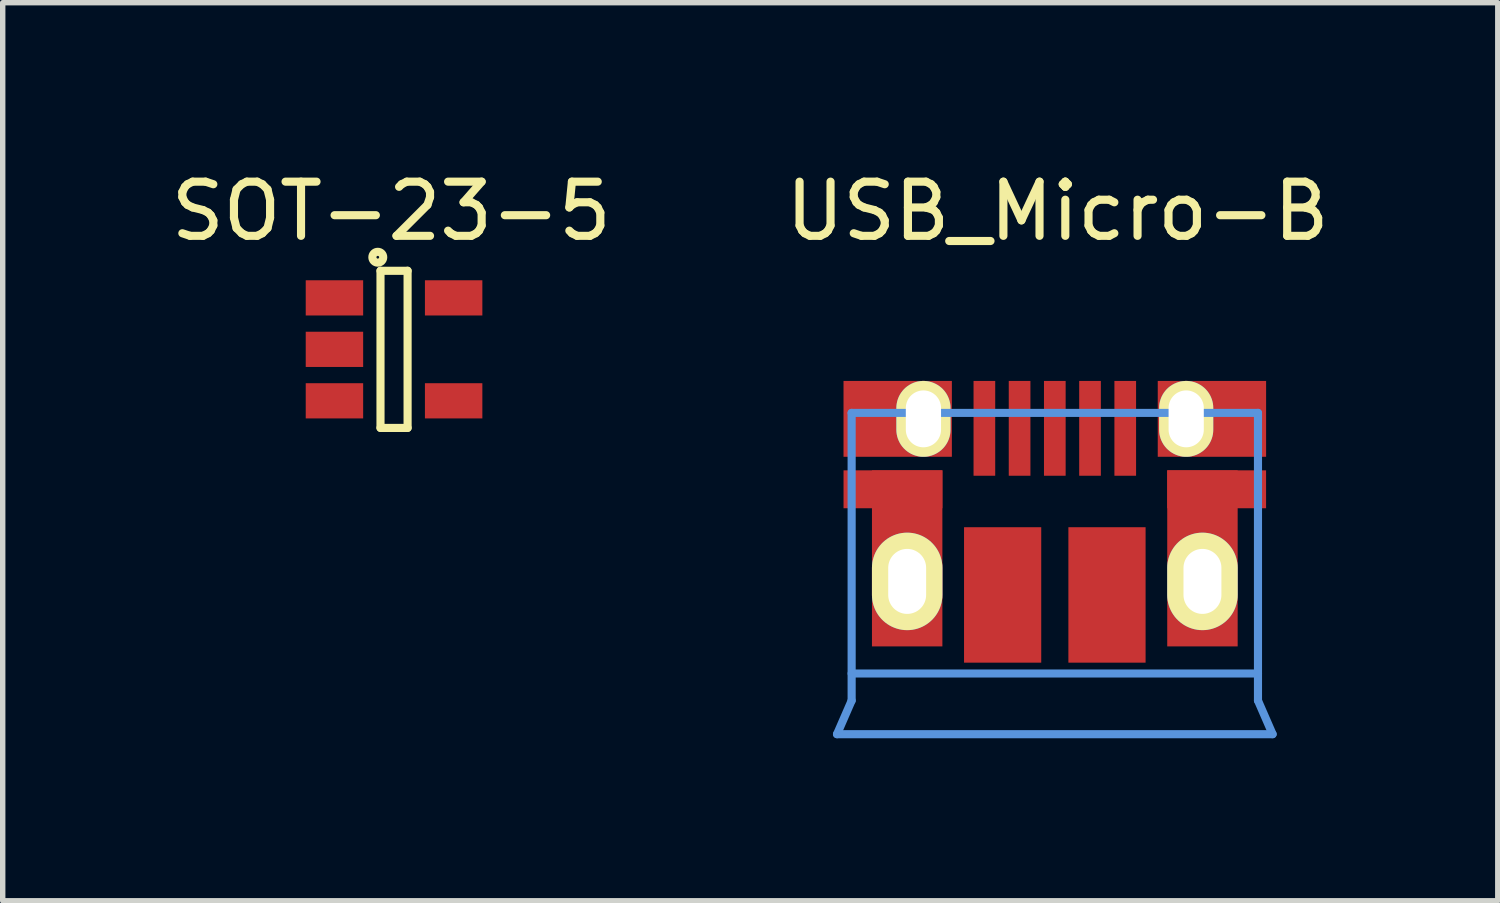
<source format=kicad_pcb>
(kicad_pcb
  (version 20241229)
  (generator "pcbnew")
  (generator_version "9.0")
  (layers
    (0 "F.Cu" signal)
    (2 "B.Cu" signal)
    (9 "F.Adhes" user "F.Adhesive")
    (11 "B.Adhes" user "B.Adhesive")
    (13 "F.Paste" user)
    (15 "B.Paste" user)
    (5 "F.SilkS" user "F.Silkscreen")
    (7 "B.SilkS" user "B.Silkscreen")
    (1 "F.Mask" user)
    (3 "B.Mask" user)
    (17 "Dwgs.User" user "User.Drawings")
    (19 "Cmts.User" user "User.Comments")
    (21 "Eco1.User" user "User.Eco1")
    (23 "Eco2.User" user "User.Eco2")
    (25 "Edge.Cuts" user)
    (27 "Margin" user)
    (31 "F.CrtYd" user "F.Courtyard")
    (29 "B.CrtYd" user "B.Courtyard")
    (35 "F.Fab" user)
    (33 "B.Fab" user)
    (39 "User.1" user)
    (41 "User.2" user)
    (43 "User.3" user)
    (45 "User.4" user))
  (footprint "USB_Micro-B"
    (layer "F.Cu")
    (at 16.419 7.681)
    (property "Reference" "USB_Micro-B" (at 0.051 -6.833 0) (layer "F.SilkS") (effects (font (size 1 1) (thickness 0.15))))
    (attr smd)
    (fp_line (start -4.02 2.82) (end 4.02 2.82) (stroke (width 0.15) (type solid)) (layer "Cmts.User"))
    (fp_line (start -3.75 -3.11) (end 3.75 -3.11) (stroke (width 0.15) (type solid)) (layer "Cmts.User"))
    (fp_line (start -3.75 1.7) (end 3.75 1.7) (stroke (width 0.15) (type solid)) (layer "Cmts.User"))
    (fp_line (start -3.75 2.2) (end -4.02 2.82) (stroke (width 0.15) (type solid)) (layer "Cmts.User"))
    (fp_line (start -3.75 2.2) (end -3.75 -3.11) (stroke (width 0.15) (type solid)) (layer "Cmts.User"))
    (fp_line (start 3.75 -3.11) (end 3.75 2.2) (stroke (width 0.15) (type solid)) (layer "Cmts.User"))
    (fp_line (start 3.75 2.2) (end 4.02 2.82) (stroke (width 0.15) (type solid)) (layer "Cmts.User"))
    (pad "1" smd rect (at -1.3 -2.825 90) (size 1.75 0.4) (layers "F.Cu" "F.Mask" "F.Paste"))
    (pad "2" smd rect (at -0.65 -2.825 90) (size 1.75 0.4) (layers "F.Cu" "F.Mask" "F.Paste"))
    (pad "3" smd rect (at 0 -2.825 90) (size 1.75 0.4) (layers "F.Cu" "F.Mask" "F.Paste"))
    (pad "4" smd rect (at 0.65 -2.825 90) (size 1.75 0.4) (layers "F.Cu" "F.Mask" "F.Paste"))
    (pad "5" smd rect (at 1.3 -2.825 90) (size 1.75 0.4) (layers "F.Cu" "F.Mask" "F.Paste"))
    (pad "6" smd rect (at -2.987 -1.7) (size 1.825 0.7) (layers "F.Cu" "F.Mask" "F.Paste"))
    (pad "6" thru_hole oval (at -2.725 0) (size 1.3 1.8) (drill oval 0.7 1.2) (layers "*.Cu" "*.Mask" "F.SilkS"))
    (pad "6" connect rect (at -2.725 0) (size 1.3 3.25) (drill oval (offset 0 -0.425)) (layers "F.Cu" "F.Mask"))
    (pad "6" thru_hole oval (at -2.425 -3) (size 1 1.4) (drill oval 0.65 1.05) (layers "*.Cu" "*.Mask" "F.SilkS"))
    (pad "6" smd rect (at -2.425 -3) (size 2 1.4) (drill oval (offset -0.475 0)) (layers "F.Cu" "F.Mask" "F.Paste"))
    (pad "6" smd rect (at -0.963 0.25) (size 1.425 2.5) (layers "F.Cu" "F.Mask" "F.Paste"))
    (pad "6" smd rect (at 0.963 0.25) (size 1.425 2.5) (layers "F.Cu" "F.Mask" "F.Paste"))
    (pad "6" thru_hole oval (at 2.425 -3) (size 1 1.4) (drill oval 0.65 1.05) (layers "*.Cu" "*.Mask" "F.SilkS"))
    (pad "6" smd rect (at 2.425 -3) (size 2 1.4) (drill oval (offset 0.475 0)) (layers "F.Cu" "F.Mask" "F.Paste"))
    (pad "6" thru_hole oval (at 2.725 0) (size 1.3 1.8) (drill oval 0.7 1.2) (layers "*.Cu" "*.Mask" "F.SilkS"))
    (pad "6" smd rect (at 2.725 0) (size 1.3 3.25) (drill oval (offset 0 -0.425)) (layers "F.Cu" "F.Mask" "F.Paste"))
    (pad "6" smd rect (at 2.987 -1.7) (size 1.825 0.7) (layers "F.Cu" "F.Mask" "F.Paste")))
  (footprint "SOT-23-5"
    (layer "F.Cu")
    (at 4.223 3.398)
    (property "Reference" "SOT-23-5" (at -0.05 -2.55 0) (layer "F.SilkS") (effects (font (size 1 1) (thickness 0.15))))
    (attr smd)
    (fp_line (start -0.25 -1.45) (end -0.25 1.45) (stroke (width 0.15) (type solid)) (layer "F.SilkS"))
    (fp_line (start -0.25 1.45) (end 0.25 1.45) (stroke (width 0.15) (type solid)) (layer "F.SilkS"))
    (fp_line (start 0.25 -1.45) (end -0.25 -1.45) (stroke (width 0.15) (type solid)) (layer "F.SilkS"))
    (fp_line (start 0.25 1.45) (end 0.25 -1.45) (stroke (width 0.15) (type solid)) (layer "F.SilkS"))
    (fp_circle (center -0.3 -1.7) (end -0.2 -1.7) (stroke (width 0.15) (type solid)) (fill no) (layer "F.SilkS"))
    (pad "1" smd rect (at -1.1 -0.95) (size 1.06 0.65) (layers "F.Cu" "F.Mask" "F.Paste"))
    (pad "2" smd rect (at -1.1 0) (size 1.06 0.65) (layers "F.Cu" "F.Mask" "F.Paste"))
    (pad "3" smd rect (at -1.1 0.95) (size 1.06 0.65) (layers "F.Cu" "F.Mask" "F.Paste"))
    (pad "4" smd rect (at 1.1 0.95) (size 1.06 0.65) (layers "F.Cu" "F.Mask" "F.Paste"))
    (pad "5" smd rect (at 1.1 -0.95) (size 1.06 0.65) (layers "F.Cu" "F.Mask" "F.Paste")))
  (gr_rect
    (start -3 -3)
    (end 24.595 13.576)
    (stroke (width 0.1) (type default))
    (fill no)
    (layer "Edge.Cuts")))
</source>
